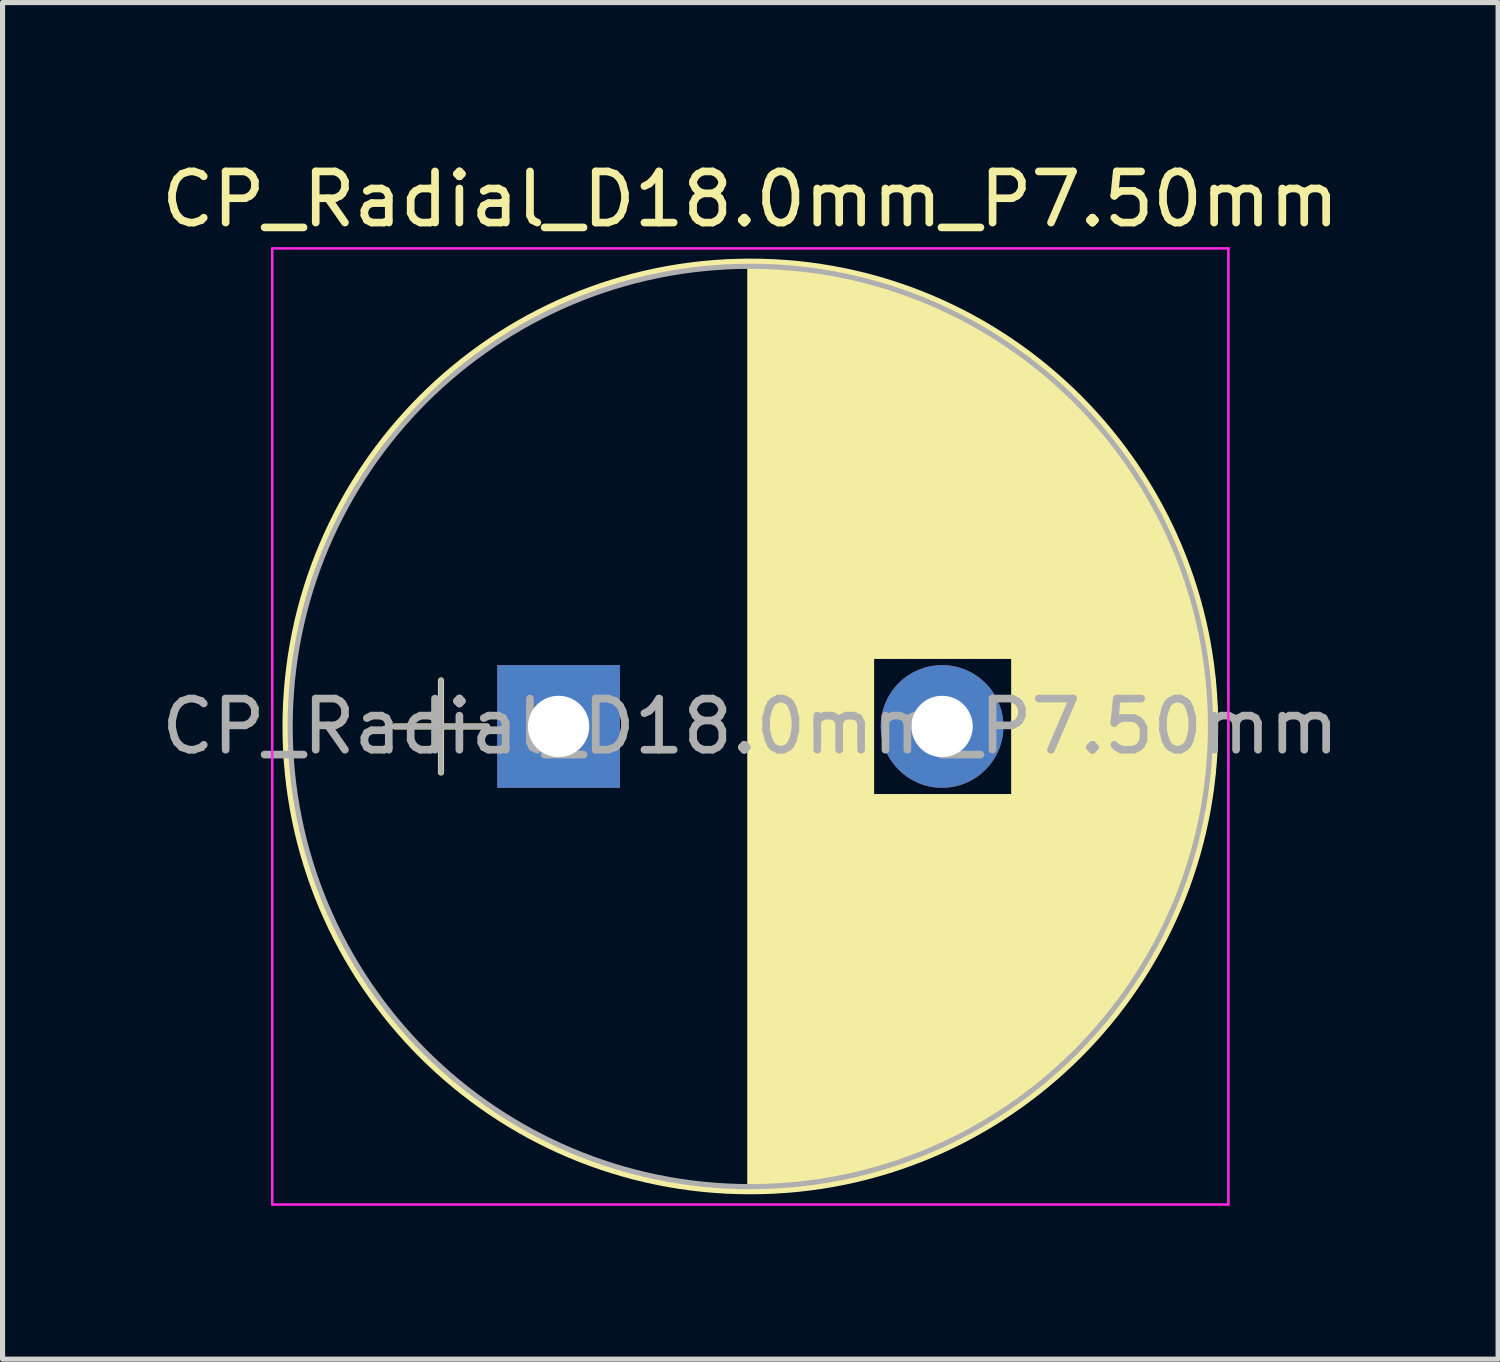
<source format=kicad_pcb>
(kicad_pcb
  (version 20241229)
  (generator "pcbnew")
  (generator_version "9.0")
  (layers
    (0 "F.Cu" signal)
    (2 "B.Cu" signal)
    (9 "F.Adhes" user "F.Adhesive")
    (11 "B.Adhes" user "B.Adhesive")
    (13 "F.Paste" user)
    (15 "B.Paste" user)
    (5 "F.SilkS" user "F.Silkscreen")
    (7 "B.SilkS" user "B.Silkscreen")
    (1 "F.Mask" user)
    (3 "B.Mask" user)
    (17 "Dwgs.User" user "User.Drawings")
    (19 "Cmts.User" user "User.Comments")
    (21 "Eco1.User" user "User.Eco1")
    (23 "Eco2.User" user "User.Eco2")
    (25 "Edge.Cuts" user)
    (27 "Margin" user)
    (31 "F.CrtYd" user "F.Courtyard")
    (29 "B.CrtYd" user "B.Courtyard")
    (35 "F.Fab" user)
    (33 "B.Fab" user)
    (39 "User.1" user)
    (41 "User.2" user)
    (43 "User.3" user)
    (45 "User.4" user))
  (footprint "CP_Radial_D18.0mm_P7.50mm"
    (layer "F.Cu")
    (at 7.875 11.158)
    (property "Reference" "CP_Radial_D18.0mm_P7.50mm" (at 3.75 -10.31 0) (layer "F.SilkS") (effects (font (size 1 1) (thickness 0.15))))
    (attr through_hole)
    (fp_line (start -3.2 0) (end -1.4 0) (stroke (width 0.12) (type solid)) (layer "F.SilkS"))
    (fp_line (start -2.3 -0.9) (end -2.3 0.9) (stroke (width 0.12) (type solid)) (layer "F.SilkS"))
    (fp_line (start 3.75 -9.05) (end 3.75 9.05) (stroke (width 0.12) (type solid)) (layer "F.SilkS"))
    (fp_line (start 3.79 -9.05) (end 3.79 9.05) (stroke (width 0.12) (type solid)) (layer "F.SilkS"))
    (fp_line (start 3.83 -9.05) (end 3.83 9.05) (stroke (width 0.12) (type solid)) (layer "F.SilkS"))
    (fp_line (start 3.87 -9.05) (end 3.87 9.05) (stroke (width 0.12) (type solid)) (layer "F.SilkS"))
    (fp_line (start 3.91 -9.049) (end 3.91 9.049) (stroke (width 0.12) (type solid)) (layer "F.SilkS"))
    (fp_line (start 3.95 -9.048) (end 3.95 9.048) (stroke (width 0.12) (type solid)) (layer "F.SilkS"))
    (fp_line (start 3.99 -9.047) (end 3.99 9.047) (stroke (width 0.12) (type solid)) (layer "F.SilkS"))
    (fp_line (start 4.03 -9.046) (end 4.03 9.046) (stroke (width 0.12) (type solid)) (layer "F.SilkS"))
    (fp_line (start 4.07 -9.045) (end 4.07 9.045) (stroke (width 0.12) (type solid)) (layer "F.SilkS"))
    (fp_line (start 4.11 -9.043) (end 4.11 9.043) (stroke (width 0.12) (type solid)) (layer "F.SilkS"))
    (fp_line (start 4.15 -9.042) (end 4.15 9.042) (stroke (width 0.12) (type solid)) (layer "F.SilkS"))
    (fp_line (start 4.19 -9.04) (end 4.19 9.04) (stroke (width 0.12) (type solid)) (layer "F.SilkS"))
    (fp_line (start 4.23 -9.038) (end 4.23 9.038) (stroke (width 0.12) (type solid)) (layer "F.SilkS"))
    (fp_line (start 4.27 -9.036) (end 4.27 9.036) (stroke (width 0.12) (type solid)) (layer "F.SilkS"))
    (fp_line (start 4.31 -9.033) (end 4.31 9.033) (stroke (width 0.12) (type solid)) (layer "F.SilkS"))
    (fp_line (start 4.35 -9.031) (end 4.35 9.031) (stroke (width 0.12) (type solid)) (layer "F.SilkS"))
    (fp_line (start 4.39 -9.028) (end 4.39 9.028) (stroke (width 0.12) (type solid)) (layer "F.SilkS"))
    (fp_line (start 4.43 -9.025) (end 4.43 9.025) (stroke (width 0.12) (type solid)) (layer "F.SilkS"))
    (fp_line (start 4.471 -9.022) (end 4.471 9.022) (stroke (width 0.12) (type solid)) (layer "F.SilkS"))
    (fp_line (start 4.511 -9.019) (end 4.511 9.019) (stroke (width 0.12) (type solid)) (layer "F.SilkS"))
    (fp_line (start 4.551 -9.015) (end 4.551 9.015) (stroke (width 0.12) (type solid)) (layer "F.SilkS"))
    (fp_line (start 4.591 -9.012) (end 4.591 9.012) (stroke (width 0.12) (type solid)) (layer "F.SilkS"))
    (fp_line (start 4.631 -9.008) (end 4.631 9.008) (stroke (width 0.12) (type solid)) (layer "F.SilkS"))
    (fp_line (start 4.671 -9.004) (end 4.671 9.004) (stroke (width 0.12) (type solid)) (layer "F.SilkS"))
    (fp_line (start 4.711 -9) (end 4.711 9) (stroke (width 0.12) (type solid)) (layer "F.SilkS"))
    (fp_line (start 4.751 -8.995) (end 4.751 8.995) (stroke (width 0.12) (type solid)) (layer "F.SilkS"))
    (fp_line (start 4.791 -8.991) (end 4.791 8.991) (stroke (width 0.12) (type solid)) (layer "F.SilkS"))
    (fp_line (start 4.831 -8.986) (end 4.831 8.986) (stroke (width 0.12) (type solid)) (layer "F.SilkS"))
    (fp_line (start 4.871 -8.981) (end 4.871 8.981) (stroke (width 0.12) (type solid)) (layer "F.SilkS"))
    (fp_line (start 4.911 -8.976) (end 4.911 8.976) (stroke (width 0.12) (type solid)) (layer "F.SilkS"))
    (fp_line (start 4.951 -8.971) (end 4.951 8.971) (stroke (width 0.12) (type solid)) (layer "F.SilkS"))
    (fp_line (start 4.991 -8.966) (end 4.991 8.966) (stroke (width 0.12) (type solid)) (layer "F.SilkS"))
    (fp_line (start 5.031 -8.96) (end 5.031 8.96) (stroke (width 0.12) (type solid)) (layer "F.SilkS"))
    (fp_line (start 5.071 -8.954) (end 5.071 8.954) (stroke (width 0.12) (type solid)) (layer "F.SilkS"))
    (fp_line (start 5.111 -8.948) (end 5.111 8.948) (stroke (width 0.12) (type solid)) (layer "F.SilkS"))
    (fp_line (start 5.151 -8.942) (end 5.151 8.942) (stroke (width 0.12) (type solid)) (layer "F.SilkS"))
    (fp_line (start 5.191 -8.936) (end 5.191 8.936) (stroke (width 0.12) (type solid)) (layer "F.SilkS"))
    (fp_line (start 5.231 -8.929) (end 5.231 8.929) (stroke (width 0.12) (type solid)) (layer "F.SilkS"))
    (fp_line (start 5.271 -8.923) (end 5.271 8.923) (stroke (width 0.12) (type solid)) (layer "F.SilkS"))
    (fp_line (start 5.311 -8.916) (end 5.311 8.916) (stroke (width 0.12) (type solid)) (layer "F.SilkS"))
    (fp_line (start 5.351 -8.909) (end 5.351 8.909) (stroke (width 0.12) (type solid)) (layer "F.SilkS"))
    (fp_line (start 5.391 -8.901) (end 5.391 8.901) (stroke (width 0.12) (type solid)) (layer "F.SilkS"))
    (fp_line (start 5.431 -8.894) (end 5.431 8.894) (stroke (width 0.12) (type solid)) (layer "F.SilkS"))
    (fp_line (start 5.471 -8.886) (end 5.471 8.886) (stroke (width 0.12) (type solid)) (layer "F.SilkS"))
    (fp_line (start 5.511 -8.878) (end 5.511 8.878) (stroke (width 0.12) (type solid)) (layer "F.SilkS"))
    (fp_line (start 5.551 -8.87) (end 5.551 8.87) (stroke (width 0.12) (type solid)) (layer "F.SilkS"))
    (fp_line (start 5.591 -8.862) (end 5.591 8.862) (stroke (width 0.12) (type solid)) (layer "F.SilkS"))
    (fp_line (start 5.631 -8.854) (end 5.631 8.854) (stroke (width 0.12) (type solid)) (layer "F.SilkS"))
    (fp_line (start 5.671 -8.845) (end 5.671 8.845) (stroke (width 0.12) (type solid)) (layer "F.SilkS"))
    (fp_line (start 5.711 -8.837) (end 5.711 8.837) (stroke (width 0.12) (type solid)) (layer "F.SilkS"))
    (fp_line (start 5.751 -8.828) (end 5.751 8.828) (stroke (width 0.12) (type solid)) (layer "F.SilkS"))
    (fp_line (start 5.791 -8.819) (end 5.791 8.819) (stroke (width 0.12) (type solid)) (layer "F.SilkS"))
    (fp_line (start 5.831 -8.809) (end 5.831 8.809) (stroke (width 0.12) (type solid)) (layer "F.SilkS"))
    (fp_line (start 5.871 -8.8) (end 5.871 8.8) (stroke (width 0.12) (type solid)) (layer "F.SilkS"))
    (fp_line (start 5.911 -8.79) (end 5.911 8.79) (stroke (width 0.12) (type solid)) (layer "F.SilkS"))
    (fp_line (start 5.951 -8.78) (end 5.951 8.78) (stroke (width 0.12) (type solid)) (layer "F.SilkS"))
    (fp_line (start 5.991 -8.77) (end 5.991 8.77) (stroke (width 0.12) (type solid)) (layer "F.SilkS"))
    (fp_line (start 6.031 -8.76) (end 6.031 8.76) (stroke (width 0.12) (type solid)) (layer "F.SilkS"))
    (fp_line (start 6.071 -8.749) (end 6.071 8.749) (stroke (width 0.12) (type solid)) (layer "F.SilkS"))
    (fp_line (start 6.111 -8.739) (end 6.111 8.739) (stroke (width 0.12) (type solid)) (layer "F.SilkS"))
    (fp_line (start 6.151 -8.728) (end 6.151 -1.38) (stroke (width 0.12) (type solid)) (layer "F.SilkS"))
    (fp_line (start 6.151 1.38) (end 6.151 8.728) (stroke (width 0.12) (type solid)) (layer "F.SilkS"))
    (fp_line (start 6.191 -8.717) (end 6.191 -1.38) (stroke (width 0.12) (type solid)) (layer "F.SilkS"))
    (fp_line (start 6.191 1.38) (end 6.191 8.717) (stroke (width 0.12) (type solid)) (layer "F.SilkS"))
    (fp_line (start 6.231 -8.706) (end 6.231 -1.38) (stroke (width 0.12) (type solid)) (layer "F.SilkS"))
    (fp_line (start 6.231 1.38) (end 6.231 8.706) (stroke (width 0.12) (type solid)) (layer "F.SilkS"))
    (fp_line (start 6.271 -8.694) (end 6.271 -1.38) (stroke (width 0.12) (type solid)) (layer "F.SilkS"))
    (fp_line (start 6.271 1.38) (end 6.271 8.694) (stroke (width 0.12) (type solid)) (layer "F.SilkS"))
    (fp_line (start 6.311 -8.683) (end 6.311 -1.38) (stroke (width 0.12) (type solid)) (layer "F.SilkS"))
    (fp_line (start 6.311 1.38) (end 6.311 8.683) (stroke (width 0.12) (type solid)) (layer "F.SilkS"))
    (fp_line (start 6.351 -8.671) (end 6.351 -1.38) (stroke (width 0.12) (type solid)) (layer "F.SilkS"))
    (fp_line (start 6.351 1.38) (end 6.351 8.671) (stroke (width 0.12) (type solid)) (layer "F.SilkS"))
    (fp_line (start 6.391 -8.659) (end 6.391 -1.38) (stroke (width 0.12) (type solid)) (layer "F.SilkS"))
    (fp_line (start 6.391 1.38) (end 6.391 8.659) (stroke (width 0.12) (type solid)) (layer "F.SilkS"))
    (fp_line (start 6.431 -8.646) (end 6.431 -1.38) (stroke (width 0.12) (type solid)) (layer "F.SilkS"))
    (fp_line (start 6.431 1.38) (end 6.431 8.646) (stroke (width 0.12) (type solid)) (layer "F.SilkS"))
    (fp_line (start 6.471 -8.634) (end 6.471 -1.38) (stroke (width 0.12) (type solid)) (layer "F.SilkS"))
    (fp_line (start 6.471 1.38) (end 6.471 8.634) (stroke (width 0.12) (type solid)) (layer "F.SilkS"))
    (fp_line (start 6.511 -8.621) (end 6.511 -1.38) (stroke (width 0.12) (type solid)) (layer "F.SilkS"))
    (fp_line (start 6.511 1.38) (end 6.511 8.621) (stroke (width 0.12) (type solid)) (layer "F.SilkS"))
    (fp_line (start 6.551 -8.609) (end 6.551 -1.38) (stroke (width 0.12) (type solid)) (layer "F.SilkS"))
    (fp_line (start 6.551 1.38) (end 6.551 8.609) (stroke (width 0.12) (type solid)) (layer "F.SilkS"))
    (fp_line (start 6.591 -8.595) (end 6.591 -1.38) (stroke (width 0.12) (type solid)) (layer "F.SilkS"))
    (fp_line (start 6.591 1.38) (end 6.591 8.595) (stroke (width 0.12) (type solid)) (layer "F.SilkS"))
    (fp_line (start 6.631 -8.582) (end 6.631 -1.38) (stroke (width 0.12) (type solid)) (layer "F.SilkS"))
    (fp_line (start 6.631 1.38) (end 6.631 8.582) (stroke (width 0.12) (type solid)) (layer "F.SilkS"))
    (fp_line (start 6.671 -8.569) (end 6.671 -1.38) (stroke (width 0.12) (type solid)) (layer "F.SilkS"))
    (fp_line (start 6.671 1.38) (end 6.671 8.569) (stroke (width 0.12) (type solid)) (layer "F.SilkS"))
    (fp_line (start 6.711 -8.555) (end 6.711 -1.38) (stroke (width 0.12) (type solid)) (layer "F.SilkS"))
    (fp_line (start 6.711 1.38) (end 6.711 8.555) (stroke (width 0.12) (type solid)) (layer "F.SilkS"))
    (fp_line (start 6.751 -8.541) (end 6.751 -1.38) (stroke (width 0.12) (type solid)) (layer "F.SilkS"))
    (fp_line (start 6.751 1.38) (end 6.751 8.541) (stroke (width 0.12) (type solid)) (layer "F.SilkS"))
    (fp_line (start 6.791 -8.527) (end 6.791 -1.38) (stroke (width 0.12) (type solid)) (layer "F.SilkS"))
    (fp_line (start 6.791 1.38) (end 6.791 8.527) (stroke (width 0.12) (type solid)) (layer "F.SilkS"))
    (fp_line (start 6.831 -8.513) (end 6.831 -1.38) (stroke (width 0.12) (type solid)) (layer "F.SilkS"))
    (fp_line (start 6.831 1.38) (end 6.831 8.513) (stroke (width 0.12) (type solid)) (layer "F.SilkS"))
    (fp_line (start 6.871 -8.498) (end 6.871 -1.38) (stroke (width 0.12) (type solid)) (layer "F.SilkS"))
    (fp_line (start 6.871 1.38) (end 6.871 8.498) (stroke (width 0.12) (type solid)) (layer "F.SilkS"))
    (fp_line (start 6.911 -8.484) (end 6.911 -1.38) (stroke (width 0.12) (type solid)) (layer "F.SilkS"))
    (fp_line (start 6.911 1.38) (end 6.911 8.484) (stroke (width 0.12) (type solid)) (layer "F.SilkS"))
    (fp_line (start 6.951 -8.469) (end 6.951 -1.38) (stroke (width 0.12) (type solid)) (layer "F.SilkS"))
    (fp_line (start 6.951 1.38) (end 6.951 8.469) (stroke (width 0.12) (type solid)) (layer "F.SilkS"))
    (fp_line (start 6.991 -8.453) (end 6.991 -1.38) (stroke (width 0.12) (type solid)) (layer "F.SilkS"))
    (fp_line (start 6.991 1.38) (end 6.991 8.453) (stroke (width 0.12) (type solid)) (layer "F.SilkS"))
    (fp_line (start 7.031 -8.438) (end 7.031 -1.38) (stroke (width 0.12) (type solid)) (layer "F.SilkS"))
    (fp_line (start 7.031 1.38) (end 7.031 8.438) (stroke (width 0.12) (type solid)) (layer "F.SilkS"))
    (fp_line (start 7.071 -8.423) (end 7.071 -1.38) (stroke (width 0.12) (type solid)) (layer "F.SilkS"))
    (fp_line (start 7.071 1.38) (end 7.071 8.423) (stroke (width 0.12) (type solid)) (layer "F.SilkS"))
    (fp_line (start 7.111 -8.407) (end 7.111 -1.38) (stroke (width 0.12) (type solid)) (layer "F.SilkS"))
    (fp_line (start 7.111 1.38) (end 7.111 8.407) (stroke (width 0.12) (type solid)) (layer "F.SilkS"))
    (fp_line (start 7.151 -8.391) (end 7.151 -1.38) (stroke (width 0.12) (type solid)) (layer "F.SilkS"))
    (fp_line (start 7.151 1.38) (end 7.151 8.391) (stroke (width 0.12) (type solid)) (layer "F.SilkS"))
    (fp_line (start 7.191 -8.374) (end 7.191 -1.38) (stroke (width 0.12) (type solid)) (layer "F.SilkS"))
    (fp_line (start 7.191 1.38) (end 7.191 8.374) (stroke (width 0.12) (type solid)) (layer "F.SilkS"))
    (fp_line (start 7.231 -8.358) (end 7.231 -1.38) (stroke (width 0.12) (type solid)) (layer "F.SilkS"))
    (fp_line (start 7.231 1.38) (end 7.231 8.358) (stroke (width 0.12) (type solid)) (layer "F.SilkS"))
    (fp_line (start 7.271 -8.341) (end 7.271 -1.38) (stroke (width 0.12) (type solid)) (layer "F.SilkS"))
    (fp_line (start 7.271 1.38) (end 7.271 8.341) (stroke (width 0.12) (type solid)) (layer "F.SilkS"))
    (fp_line (start 7.311 -8.324) (end 7.311 -1.38) (stroke (width 0.12) (type solid)) (layer "F.SilkS"))
    (fp_line (start 7.311 1.38) (end 7.311 8.324) (stroke (width 0.12) (type solid)) (layer "F.SilkS"))
    (fp_line (start 7.351 -8.307) (end 7.351 -1.38) (stroke (width 0.12) (type solid)) (layer "F.SilkS"))
    (fp_line (start 7.351 1.38) (end 7.351 8.307) (stroke (width 0.12) (type solid)) (layer "F.SilkS"))
    (fp_line (start 7.391 -8.29) (end 7.391 -1.38) (stroke (width 0.12) (type solid)) (layer "F.SilkS"))
    (fp_line (start 7.391 1.38) (end 7.391 8.29) (stroke (width 0.12) (type solid)) (layer "F.SilkS"))
    (fp_line (start 7.431 -8.272) (end 7.431 -1.38) (stroke (width 0.12) (type solid)) (layer "F.SilkS"))
    (fp_line (start 7.431 1.38) (end 7.431 8.272) (stroke (width 0.12) (type solid)) (layer "F.SilkS"))
    (fp_line (start 7.471 -8.254) (end 7.471 -1.38) (stroke (width 0.12) (type solid)) (layer "F.SilkS"))
    (fp_line (start 7.471 1.38) (end 7.471 8.254) (stroke (width 0.12) (type solid)) (layer "F.SilkS"))
    (fp_line (start 7.511 -8.236) (end 7.511 -1.38) (stroke (width 0.12) (type solid)) (layer "F.SilkS"))
    (fp_line (start 7.511 1.38) (end 7.511 8.236) (stroke (width 0.12) (type solid)) (layer "F.SilkS"))
    (fp_line (start 7.551 -8.218) (end 7.551 -1.38) (stroke (width 0.12) (type solid)) (layer "F.SilkS"))
    (fp_line (start 7.551 1.38) (end 7.551 8.218) (stroke (width 0.12) (type solid)) (layer "F.SilkS"))
    (fp_line (start 7.591 -8.2) (end 7.591 -1.38) (stroke (width 0.12) (type solid)) (layer "F.SilkS"))
    (fp_line (start 7.591 1.38) (end 7.591 8.2) (stroke (width 0.12) (type solid)) (layer "F.SilkS"))
    (fp_line (start 7.631 -8.181) (end 7.631 -1.38) (stroke (width 0.12) (type solid)) (layer "F.SilkS"))
    (fp_line (start 7.631 1.38) (end 7.631 8.181) (stroke (width 0.12) (type solid)) (layer "F.SilkS"))
    (fp_line (start 7.671 -8.162) (end 7.671 -1.38) (stroke (width 0.12) (type solid)) (layer "F.SilkS"))
    (fp_line (start 7.671 1.38) (end 7.671 8.162) (stroke (width 0.12) (type solid)) (layer "F.SilkS"))
    (fp_line (start 7.711 -8.143) (end 7.711 -1.38) (stroke (width 0.12) (type solid)) (layer "F.SilkS"))
    (fp_line (start 7.711 1.38) (end 7.711 8.143) (stroke (width 0.12) (type solid)) (layer "F.SilkS"))
    (fp_line (start 7.751 -8.123) (end 7.751 -1.38) (stroke (width 0.12) (type solid)) (layer "F.SilkS"))
    (fp_line (start 7.751 1.38) (end 7.751 8.123) (stroke (width 0.12) (type solid)) (layer "F.SilkS"))
    (fp_line (start 7.791 -8.103) (end 7.791 -1.38) (stroke (width 0.12) (type solid)) (layer "F.SilkS"))
    (fp_line (start 7.791 1.38) (end 7.791 8.103) (stroke (width 0.12) (type solid)) (layer "F.SilkS"))
    (fp_line (start 7.831 -8.083) (end 7.831 -1.38) (stroke (width 0.12) (type solid)) (layer "F.SilkS"))
    (fp_line (start 7.831 1.38) (end 7.831 8.083) (stroke (width 0.12) (type solid)) (layer "F.SilkS"))
    (fp_line (start 7.871 -8.063) (end 7.871 -1.38) (stroke (width 0.12) (type solid)) (layer "F.SilkS"))
    (fp_line (start 7.871 1.38) (end 7.871 8.063) (stroke (width 0.12) (type solid)) (layer "F.SilkS"))
    (fp_line (start 7.911 -8.043) (end 7.911 -1.38) (stroke (width 0.12) (type solid)) (layer "F.SilkS"))
    (fp_line (start 7.911 1.38) (end 7.911 8.043) (stroke (width 0.12) (type solid)) (layer "F.SilkS"))
    (fp_line (start 7.951 -8.022) (end 7.951 -1.38) (stroke (width 0.12) (type solid)) (layer "F.SilkS"))
    (fp_line (start 7.951 1.38) (end 7.951 8.022) (stroke (width 0.12) (type solid)) (layer "F.SilkS"))
    (fp_line (start 7.991 -8.001) (end 7.991 -1.38) (stroke (width 0.12) (type solid)) (layer "F.SilkS"))
    (fp_line (start 7.991 1.38) (end 7.991 8.001) (stroke (width 0.12) (type solid)) (layer "F.SilkS"))
    (fp_line (start 8.031 -7.98) (end 8.031 -1.38) (stroke (width 0.12) (type solid)) (layer "F.SilkS"))
    (fp_line (start 8.031 1.38) (end 8.031 7.98) (stroke (width 0.12) (type solid)) (layer "F.SilkS"))
    (fp_line (start 8.071 -7.958) (end 8.071 -1.38) (stroke (width 0.12) (type solid)) (layer "F.SilkS"))
    (fp_line (start 8.071 1.38) (end 8.071 7.958) (stroke (width 0.12) (type solid)) (layer "F.SilkS"))
    (fp_line (start 8.111 -7.937) (end 8.111 -1.38) (stroke (width 0.12) (type solid)) (layer "F.SilkS"))
    (fp_line (start 8.111 1.38) (end 8.111 7.937) (stroke (width 0.12) (type solid)) (layer "F.SilkS"))
    (fp_line (start 8.151 -7.915) (end 8.151 -1.38) (stroke (width 0.12) (type solid)) (layer "F.SilkS"))
    (fp_line (start 8.151 1.38) (end 8.151 7.915) (stroke (width 0.12) (type solid)) (layer "F.SilkS"))
    (fp_line (start 8.191 -7.892) (end 8.191 -1.38) (stroke (width 0.12) (type solid)) (layer "F.SilkS"))
    (fp_line (start 8.191 1.38) (end 8.191 7.892) (stroke (width 0.12) (type solid)) (layer "F.SilkS"))
    (fp_line (start 8.231 -7.87) (end 8.231 -1.38) (stroke (width 0.12) (type solid)) (layer "F.SilkS"))
    (fp_line (start 8.231 1.38) (end 8.231 7.87) (stroke (width 0.12) (type solid)) (layer "F.SilkS"))
    (fp_line (start 8.271 -7.847) (end 8.271 -1.38) (stroke (width 0.12) (type solid)) (layer "F.SilkS"))
    (fp_line (start 8.271 1.38) (end 8.271 7.847) (stroke (width 0.12) (type solid)) (layer "F.SilkS"))
    (fp_line (start 8.311 -7.824) (end 8.311 -1.38) (stroke (width 0.12) (type solid)) (layer "F.SilkS"))
    (fp_line (start 8.311 1.38) (end 8.311 7.824) (stroke (width 0.12) (type solid)) (layer "F.SilkS"))
    (fp_line (start 8.351 -7.801) (end 8.351 -1.38) (stroke (width 0.12) (type solid)) (layer "F.SilkS"))
    (fp_line (start 8.351 1.38) (end 8.351 7.801) (stroke (width 0.12) (type solid)) (layer "F.SilkS"))
    (fp_line (start 8.391 -7.777) (end 8.391 -1.38) (stroke (width 0.12) (type solid)) (layer "F.SilkS"))
    (fp_line (start 8.391 1.38) (end 8.391 7.777) (stroke (width 0.12) (type solid)) (layer "F.SilkS"))
    (fp_line (start 8.431 -7.753) (end 8.431 -1.38) (stroke (width 0.12) (type solid)) (layer "F.SilkS"))
    (fp_line (start 8.431 1.38) (end 8.431 7.753) (stroke (width 0.12) (type solid)) (layer "F.SilkS"))
    (fp_line (start 8.471 -7.729) (end 8.471 -1.38) (stroke (width 0.12) (type solid)) (layer "F.SilkS"))
    (fp_line (start 8.471 1.38) (end 8.471 7.729) (stroke (width 0.12) (type solid)) (layer "F.SilkS"))
    (fp_line (start 8.511 -7.705) (end 8.511 -1.38) (stroke (width 0.12) (type solid)) (layer "F.SilkS"))
    (fp_line (start 8.511 1.38) (end 8.511 7.705) (stroke (width 0.12) (type solid)) (layer "F.SilkS"))
    (fp_line (start 8.551 -7.68) (end 8.551 -1.38) (stroke (width 0.12) (type solid)) (layer "F.SilkS"))
    (fp_line (start 8.551 1.38) (end 8.551 7.68) (stroke (width 0.12) (type solid)) (layer "F.SilkS"))
    (fp_line (start 8.591 -7.655) (end 8.591 -1.38) (stroke (width 0.12) (type solid)) (layer "F.SilkS"))
    (fp_line (start 8.591 1.38) (end 8.591 7.655) (stroke (width 0.12) (type solid)) (layer "F.SilkS"))
    (fp_line (start 8.631 -7.63) (end 8.631 -1.38) (stroke (width 0.12) (type solid)) (layer "F.SilkS"))
    (fp_line (start 8.631 1.38) (end 8.631 7.63) (stroke (width 0.12) (type solid)) (layer "F.SilkS"))
    (fp_line (start 8.671 -7.604) (end 8.671 -1.38) (stroke (width 0.12) (type solid)) (layer "F.SilkS"))
    (fp_line (start 8.671 1.38) (end 8.671 7.604) (stroke (width 0.12) (type solid)) (layer "F.SilkS"))
    (fp_line (start 8.711 -7.578) (end 8.711 -1.38) (stroke (width 0.12) (type solid)) (layer "F.SilkS"))
    (fp_line (start 8.711 1.38) (end 8.711 7.578) (stroke (width 0.12) (type solid)) (layer "F.SilkS"))
    (fp_line (start 8.751 -7.552) (end 8.751 -1.38) (stroke (width 0.12) (type solid)) (layer "F.SilkS"))
    (fp_line (start 8.751 1.38) (end 8.751 7.552) (stroke (width 0.12) (type solid)) (layer "F.SilkS"))
    (fp_line (start 8.791 -7.525) (end 8.791 -1.38) (stroke (width 0.12) (type solid)) (layer "F.SilkS"))
    (fp_line (start 8.791 1.38) (end 8.791 7.525) (stroke (width 0.12) (type solid)) (layer "F.SilkS"))
    (fp_line (start 8.831 -7.499) (end 8.831 -1.38) (stroke (width 0.12) (type solid)) (layer "F.SilkS"))
    (fp_line (start 8.831 1.38) (end 8.831 7.499) (stroke (width 0.12) (type solid)) (layer "F.SilkS"))
    (fp_line (start 8.871 -7.471) (end 8.871 -1.38) (stroke (width 0.12) (type solid)) (layer "F.SilkS"))
    (fp_line (start 8.871 1.38) (end 8.871 7.471) (stroke (width 0.12) (type solid)) (layer "F.SilkS"))
    (fp_line (start 8.911 -7.444) (end 8.911 7.444) (stroke (width 0.12) (type solid)) (layer "F.SilkS"))
    (fp_line (start 8.951 -7.416) (end 8.951 7.416) (stroke (width 0.12) (type solid)) (layer "F.SilkS"))
    (fp_line (start 8.991 -7.388) (end 8.991 7.388) (stroke (width 0.12) (type solid)) (layer "F.SilkS"))
    (fp_line (start 9.031 -7.36) (end 9.031 7.36) (stroke (width 0.12) (type solid)) (layer "F.SilkS"))
    (fp_line (start 9.071 -7.331) (end 9.071 7.331) (stroke (width 0.12) (type solid)) (layer "F.SilkS"))
    (fp_line (start 9.111 -7.302) (end 9.111 7.302) (stroke (width 0.12) (type solid)) (layer "F.SilkS"))
    (fp_line (start 9.151 -7.273) (end 9.151 7.273) (stroke (width 0.12) (type solid)) (layer "F.SilkS"))
    (fp_line (start 9.191 -7.243) (end 9.191 7.243) (stroke (width 0.12) (type solid)) (layer "F.SilkS"))
    (fp_line (start 9.231 -7.213) (end 9.231 7.213) (stroke (width 0.12) (type solid)) (layer "F.SilkS"))
    (fp_line (start 9.271 -7.183) (end 9.271 7.183) (stroke (width 0.12) (type solid)) (layer "F.SilkS"))
    (fp_line (start 9.311 -7.152) (end 9.311 7.152) (stroke (width 0.12) (type solid)) (layer "F.SilkS"))
    (fp_line (start 9.351 -7.121) (end 9.351 7.121) (stroke (width 0.12) (type solid)) (layer "F.SilkS"))
    (fp_line (start 9.391 -7.089) (end 9.391 7.089) (stroke (width 0.12) (type solid)) (layer "F.SilkS"))
    (fp_line (start 9.431 -7.057) (end 9.431 7.057) (stroke (width 0.12) (type solid)) (layer "F.SilkS"))
    (fp_line (start 9.471 -7.025) (end 9.471 7.025) (stroke (width 0.12) (type solid)) (layer "F.SilkS"))
    (fp_line (start 9.511 -6.993) (end 9.511 6.993) (stroke (width 0.12) (type solid)) (layer "F.SilkS"))
    (fp_line (start 9.551 -6.96) (end 9.551 6.96) (stroke (width 0.12) (type solid)) (layer "F.SilkS"))
    (fp_line (start 9.591 -6.926) (end 9.591 6.926) (stroke (width 0.12) (type solid)) (layer "F.SilkS"))
    (fp_line (start 9.631 -6.893) (end 9.631 6.893) (stroke (width 0.12) (type solid)) (layer "F.SilkS"))
    (fp_line (start 9.671 -6.858) (end 9.671 6.858) (stroke (width 0.12) (type solid)) (layer "F.SilkS"))
    (fp_line (start 9.711 -6.824) (end 9.711 6.824) (stroke (width 0.12) (type solid)) (layer "F.SilkS"))
    (fp_line (start 9.751 -6.789) (end 9.751 6.789) (stroke (width 0.12) (type solid)) (layer "F.SilkS"))
    (fp_line (start 9.791 -6.754) (end 9.791 6.754) (stroke (width 0.12) (type solid)) (layer "F.SilkS"))
    (fp_line (start 9.831 -6.718) (end 9.831 6.718) (stroke (width 0.12) (type solid)) (layer "F.SilkS"))
    (fp_line (start 9.871 -6.682) (end 9.871 6.682) (stroke (width 0.12) (type solid)) (layer "F.SilkS"))
    (fp_line (start 9.911 -6.645) (end 9.911 6.645) (stroke (width 0.12) (type solid)) (layer "F.SilkS"))
    (fp_line (start 9.951 -6.608) (end 9.951 6.608) (stroke (width 0.12) (type solid)) (layer "F.SilkS"))
    (fp_line (start 9.991 -6.57) (end 9.991 6.57) (stroke (width 0.12) (type solid)) (layer "F.SilkS"))
    (fp_line (start 10.031 -6.532) (end 10.031 6.532) (stroke (width 0.12) (type solid)) (layer "F.SilkS"))
    (fp_line (start 10.071 -6.494) (end 10.071 6.494) (stroke (width 0.12) (type solid)) (layer "F.SilkS"))
    (fp_line (start 10.111 -6.455) (end 10.111 6.455) (stroke (width 0.12) (type solid)) (layer "F.SilkS"))
    (fp_line (start 10.151 -6.416) (end 10.151 6.416) (stroke (width 0.12) (type solid)) (layer "F.SilkS"))
    (fp_line (start 10.191 -6.376) (end 10.191 6.376) (stroke (width 0.12) (type solid)) (layer "F.SilkS"))
    (fp_line (start 10.231 -6.335) (end 10.231 6.335) (stroke (width 0.12) (type solid)) (layer "F.SilkS"))
    (fp_line (start 10.271 -6.294) (end 10.271 6.294) (stroke (width 0.12) (type solid)) (layer "F.SilkS"))
    (fp_line (start 10.311 -6.253) (end 10.311 6.253) (stroke (width 0.12) (type solid)) (layer "F.SilkS"))
    (fp_line (start 10.351 -6.211) (end 10.351 6.211) (stroke (width 0.12) (type solid)) (layer "F.SilkS"))
    (fp_line (start 10.391 -6.168) (end 10.391 6.168) (stroke (width 0.12) (type solid)) (layer "F.SilkS"))
    (fp_line (start 10.431 -6.125) (end 10.431 6.125) (stroke (width 0.12) (type solid)) (layer "F.SilkS"))
    (fp_line (start 10.471 -6.082) (end 10.471 6.082) (stroke (width 0.12) (type solid)) (layer "F.SilkS"))
    (fp_line (start 10.511 -6.038) (end 10.511 6.038) (stroke (width 0.12) (type solid)) (layer "F.SilkS"))
    (fp_line (start 10.551 -5.993) (end 10.551 5.993) (stroke (width 0.12) (type solid)) (layer "F.SilkS"))
    (fp_line (start 10.591 -5.947) (end 10.591 5.947) (stroke (width 0.12) (type solid)) (layer "F.SilkS"))
    (fp_line (start 10.631 -5.901) (end 10.631 5.901) (stroke (width 0.12) (type solid)) (layer "F.SilkS"))
    (fp_line (start 10.671 -5.855) (end 10.671 5.855) (stroke (width 0.12) (type solid)) (layer "F.SilkS"))
    (fp_line (start 10.711 -5.807) (end 10.711 5.807) (stroke (width 0.12) (type solid)) (layer "F.SilkS"))
    (fp_line (start 10.751 -5.759) (end 10.751 5.759) (stroke (width 0.12) (type solid)) (layer "F.SilkS"))
    (fp_line (start 10.791 -5.711) (end 10.791 5.711) (stroke (width 0.12) (type solid)) (layer "F.SilkS"))
    (fp_line (start 10.831 -5.662) (end 10.831 5.662) (stroke (width 0.12) (type solid)) (layer "F.SilkS"))
    (fp_line (start 10.871 -5.611) (end 10.871 5.611) (stroke (width 0.12) (type solid)) (layer "F.SilkS"))
    (fp_line (start 10.911 -5.561) (end 10.911 5.561) (stroke (width 0.12) (type solid)) (layer "F.SilkS"))
    (fp_line (start 10.951 -5.509) (end 10.951 5.509) (stroke (width 0.12) (type solid)) (layer "F.SilkS"))
    (fp_line (start 10.991 -5.457) (end 10.991 5.457) (stroke (width 0.12) (type solid)) (layer "F.SilkS"))
    (fp_line (start 11.031 -5.404) (end 11.031 5.404) (stroke (width 0.12) (type solid)) (layer "F.SilkS"))
    (fp_line (start 11.071 -5.35) (end 11.071 5.35) (stroke (width 0.12) (type solid)) (layer "F.SilkS"))
    (fp_line (start 11.111 -5.295) (end 11.111 5.295) (stroke (width 0.12) (type solid)) (layer "F.SilkS"))
    (fp_line (start 11.151 -5.24) (end 11.151 5.24) (stroke (width 0.12) (type solid)) (layer "F.SilkS"))
    (fp_line (start 11.191 -5.183) (end 11.191 5.183) (stroke (width 0.12) (type solid)) (layer "F.SilkS"))
    (fp_line (start 11.231 -5.126) (end 11.231 5.126) (stroke (width 0.12) (type solid)) (layer "F.SilkS"))
    (fp_line (start 11.271 -5.067) (end 11.271 5.067) (stroke (width 0.12) (type solid)) (layer "F.SilkS"))
    (fp_line (start 11.311 -5.008) (end 11.311 5.008) (stroke (width 0.12) (type solid)) (layer "F.SilkS"))
    (fp_line (start 11.351 -4.947) (end 11.351 4.947) (stroke (width 0.12) (type solid)) (layer "F.SilkS"))
    (fp_line (start 11.391 -4.886) (end 11.391 4.886) (stroke (width 0.12) (type solid)) (layer "F.SilkS"))
    (fp_line (start 11.431 -4.823) (end 11.431 4.823) (stroke (width 0.12) (type solid)) (layer "F.SilkS"))
    (fp_line (start 11.471 -4.759) (end 11.471 4.759) (stroke (width 0.12) (type solid)) (layer "F.SilkS"))
    (fp_line (start 11.511 -4.694) (end 11.511 4.694) (stroke (width 0.12) (type solid)) (layer "F.SilkS"))
    (fp_line (start 11.551 -4.628) (end 11.551 4.628) (stroke (width 0.12) (type solid)) (layer "F.SilkS"))
    (fp_line (start 11.591 -4.561) (end 11.591 4.561) (stroke (width 0.12) (type solid)) (layer "F.SilkS"))
    (fp_line (start 11.631 -4.492) (end 11.631 4.492) (stroke (width 0.12) (type solid)) (layer "F.SilkS"))
    (fp_line (start 11.671 -4.422) (end 11.671 4.422) (stroke (width 0.12) (type solid)) (layer "F.SilkS"))
    (fp_line (start 11.711 -4.35) (end 11.711 4.35) (stroke (width 0.12) (type solid)) (layer "F.SilkS"))
    (fp_line (start 11.751 -4.277) (end 11.751 4.277) (stroke (width 0.12) (type solid)) (layer "F.SilkS"))
    (fp_line (start 11.791 -4.202) (end 11.791 4.202) (stroke (width 0.12) (type solid)) (layer "F.SilkS"))
    (fp_line (start 11.831 -4.125) (end 11.831 4.125) (stroke (width 0.12) (type solid)) (layer "F.SilkS"))
    (fp_line (start 11.871 -4.046) (end 11.871 4.046) (stroke (width 0.12) (type solid)) (layer "F.SilkS"))
    (fp_line (start 11.911 -3.966) (end 11.911 3.966) (stroke (width 0.12) (type solid)) (layer "F.SilkS"))
    (fp_line (start 11.95 -3.883) (end 11.95 3.883) (stroke (width 0.12) (type solid)) (layer "F.SilkS"))
    (fp_line (start 11.99 -3.799) (end 11.99 3.799) (stroke (width 0.12) (type solid)) (layer "F.SilkS"))
    (fp_line (start 12.03 -3.711) (end 12.03 3.711) (stroke (width 0.12) (type solid)) (layer "F.SilkS"))
    (fp_line (start 12.07 -3.622) (end 12.07 3.622) (stroke (width 0.12) (type solid)) (layer "F.SilkS"))
    (fp_line (start 12.11 -3.53) (end 12.11 3.53) (stroke (width 0.12) (type solid)) (layer "F.SilkS"))
    (fp_line (start 12.15 -3.434) (end 12.15 3.434) (stroke (width 0.12) (type solid)) (layer "F.SilkS"))
    (fp_line (start 12.19 -3.336) (end 12.19 3.336) (stroke (width 0.12) (type solid)) (layer "F.SilkS"))
    (fp_line (start 12.23 -3.234) (end 12.23 3.234) (stroke (width 0.12) (type solid)) (layer "F.SilkS"))
    (fp_line (start 12.27 -3.129) (end 12.27 3.129) (stroke (width 0.12) (type solid)) (layer "F.SilkS"))
    (fp_line (start 12.31 -3.019) (end 12.31 3.019) (stroke (width 0.12) (type solid)) (layer "F.SilkS"))
    (fp_line (start 12.35 -2.905) (end 12.35 2.905) (stroke (width 0.12) (type solid)) (layer "F.SilkS"))
    (fp_line (start 12.39 -2.785) (end 12.39 2.785) (stroke (width 0.12) (type solid)) (layer "F.SilkS"))
    (fp_line (start 12.43 -2.66) (end 12.43 2.66) (stroke (width 0.12) (type solid)) (layer "F.SilkS"))
    (fp_line (start 12.47 -2.528) (end 12.47 2.528) (stroke (width 0.12) (type solid)) (layer "F.SilkS"))
    (fp_line (start 12.51 -2.388) (end 12.51 2.388) (stroke (width 0.12) (type solid)) (layer "F.SilkS"))
    (fp_line (start 12.55 -2.238) (end 12.55 2.238) (stroke (width 0.12) (type solid)) (layer "F.SilkS"))
    (fp_line (start 12.59 -2.078) (end 12.59 2.078) (stroke (width 0.12) (type solid)) (layer "F.SilkS"))
    (fp_line (start 12.63 -1.903) (end 12.63 1.903) (stroke (width 0.12) (type solid)) (layer "F.SilkS"))
    (fp_line (start 12.67 -1.71) (end 12.67 1.71) (stroke (width 0.12) (type solid)) (layer "F.SilkS"))
    (fp_line (start 12.71 -1.492) (end 12.71 1.492) (stroke (width 0.12) (type solid)) (layer "F.SilkS"))
    (fp_line (start 12.75 -1.236) (end 12.75 1.236) (stroke (width 0.12) (type solid)) (layer "F.SilkS"))
    (fp_line (start 12.79 -0.913) (end 12.79 0.913) (stroke (width 0.12) (type solid)) (layer "F.SilkS"))
    (fp_line (start 12.83 -0.387) (end 12.83 0.387) (stroke (width 0.12) (type solid)) (layer "F.SilkS"))
    (fp_circle (center 3.75 0) (end 12.84 0) (stroke (width 0.12) (type solid)) (fill no) (layer "F.SilkS"))
    (fp_line (start -5.6 -9.35) (end -5.6 9.35) (stroke (width 0.05) (type solid)) (layer "F.CrtYd"))
    (fp_line (start -5.6 9.35) (end 13.1 9.35) (stroke (width 0.05) (type solid)) (layer "F.CrtYd"))
    (fp_line (start 13.1 -9.35) (end -5.6 -9.35) (stroke (width 0.05) (type solid)) (layer "F.CrtYd"))
    (fp_line (start 13.1 9.35) (end 13.1 -9.35) (stroke (width 0.05) (type solid)) (layer "F.CrtYd"))
    (fp_line (start -3.2 0) (end -1.4 0) (stroke (width 0.1) (type solid)) (layer "F.Fab"))
    (fp_line (start -2.3 -0.9) (end -2.3 0.9) (stroke (width 0.1) (type solid)) (layer "F.Fab"))
    (fp_circle (center 3.75 0) (end 12.75 0) (stroke (width 0.1) (type solid)) (fill no) (layer "F.Fab"))
    (fp_text user "${REFERENCE}" (at 3.75 0 0) (layer "F.Fab") (effects (font (size 1 1) (thickness 0.15))))
    (pad "1" thru_hole rect (at 0 0) (size 2.4 2.4) (drill 1.2) (layers "*.Cu" "*.Mask"))
    (pad "2" thru_hole circle (at 7.5 0) (size 2.4 2.4) (drill 1.2) (layers "*.Cu" "*.Mask")))
  (gr_rect
    (start -3 -3)
    (end 26.25 23.533)
    (stroke (width 0.1) (type default))
    (fill no)
    (layer "Edge.Cuts")))
</source>
